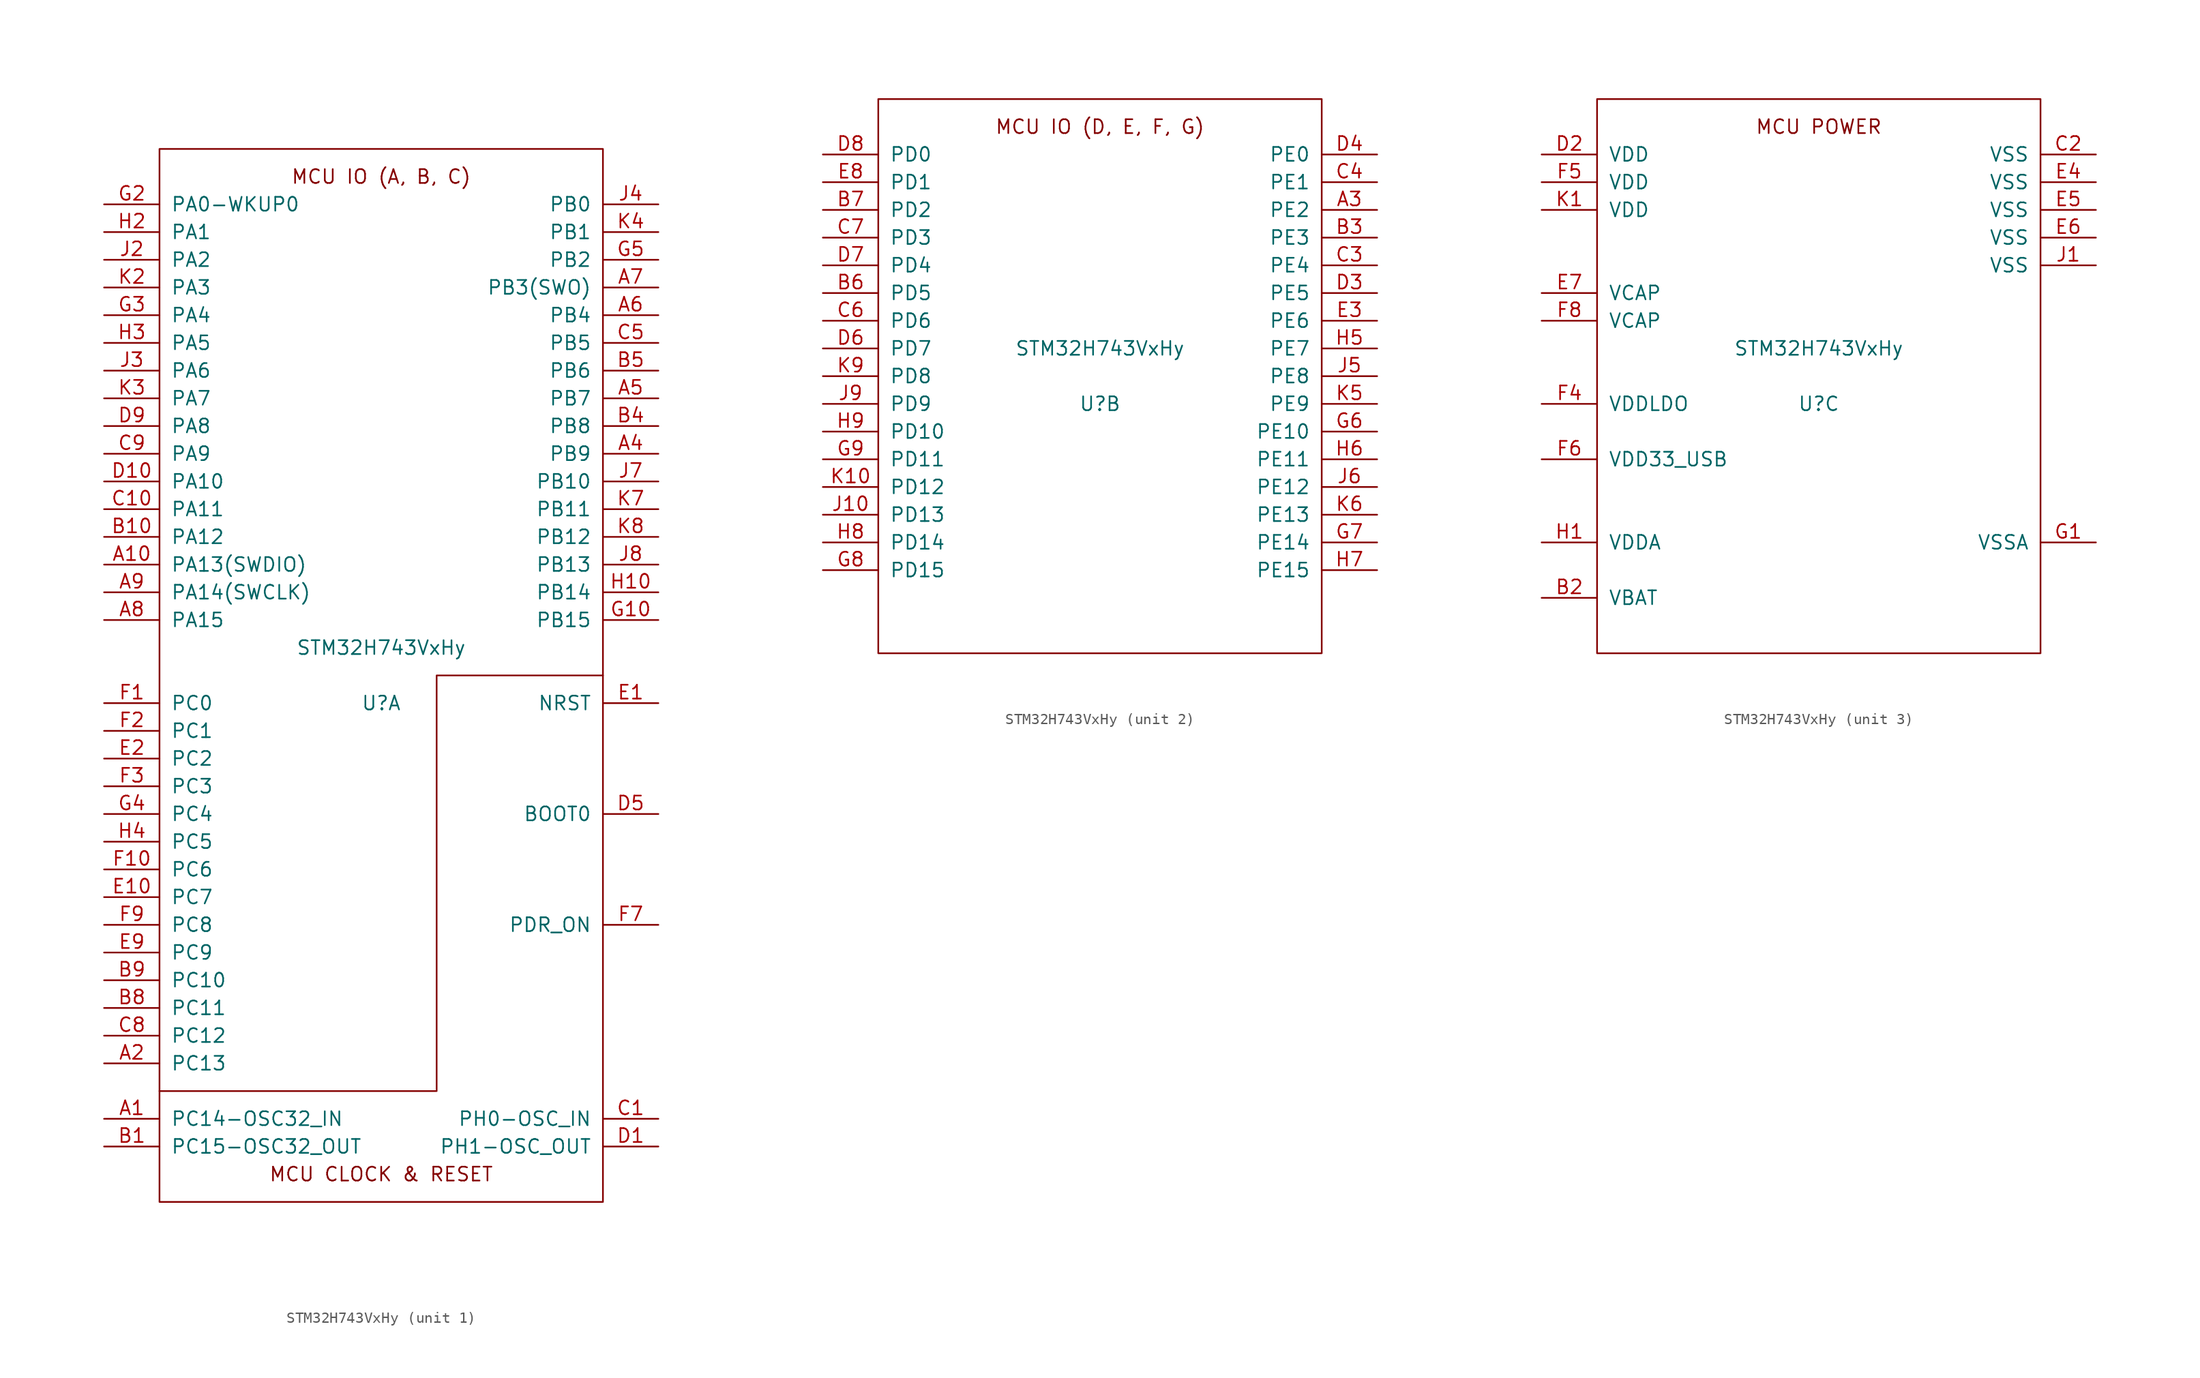
<source format=kicad_sym>
(kicad_symbol_lib
  (version 20220914)
  (generator kicad_symbol_editor)
  (symbol "STM32H743VxHy"
    (pin_names
      (offset 1.016))
    (property "Reference" "U"
      (at 0 -2.54 0)
      (effects (font (size 1.27 1.27))))
    (property "Value" "STM32H743VxHy"
      (at 0 2.54 0)
      (effects (font (size 1.27 1.27))))
    (property "ki_locked" ""
      (at 0 0 0)
      (effects (font (size 1.27 1.27))))
    (symbol "STM32H743VxHy_1_0"
      (polyline (pts (xy -20.32 -38.1) (xy 5.08 -38.1) (xy 5.08 -15.24) (xy 5.08 0) (xy 20.32 0)) (stroke (width 0) (type solid)) (fill (type none)))
      (text "MCU CLOCK & RESET" (at 0 -45.72 0) (effects (font (size 1.27 1.27))))
      (text "MCU IO (A, B, C)" (at 0 45.72 0) (effects (font (size 1.27 1.27)))))
    (symbol "STM32H743VxHy_1_1"
      (rectangle (start -20.32 48.26) (end 20.32 -48.26) (stroke (width 0) (type solid)) (fill (type none)))
      (pin bidirectional line (at -25.4 -40.64 0) (length 5.08) (name "PC14-OSC32_IN" (effects (font (size 1.27 1.27)))) (number "A1" (effects (font (size 1.27 1.27)))))
      (pin bidirectional line (at -25.4 10.16 0) (length 5.08) (name "PA13(SWDIO)" (effects (font (size 1.27 1.27)))) (number "A10" (effects (font (size 1.27 1.27)))))
      (pin bidirectional line (at -25.4 -35.56 0) (length 5.08) (name "PC13" (effects (font (size 1.27 1.27)))) (number "A2" (effects (font (size 1.27 1.27)))))
      (pin bidirectional line (at 25.4 20.32 180) (length 5.08) (name "PB9" (effects (font (size 1.27 1.27)))) (number "A4" (effects (font (size 1.27 1.27)))))
      (pin bidirectional line (at 25.4 25.4 180) (length 5.08) (name "PB7" (effects (font (size 1.27 1.27)))) (number "A5" (effects (font (size 1.27 1.27)))))
      (pin bidirectional line (at 25.4 33.02 180) (length 5.08) (name "PB4" (effects (font (size 1.27 1.27)))) (number "A6" (effects (font (size 1.27 1.27)))))
      (pin bidirectional line (at 25.4 35.56 180) (length 5.08) (name "PB3(SWO)" (effects (font (size 1.27 1.27)))) (number "A7" (effects (font (size 1.27 1.27)))))
      (pin bidirectional line (at -25.4 5.08 0) (length 5.08) (name "PA15" (effects (font (size 1.27 1.27)))) (number "A8" (effects (font (size 1.27 1.27)))))
      (pin bidirectional line (at -25.4 7.62 0) (length 5.08) (name "PA14(SWCLK)" (effects (font (size 1.27 1.27)))) (number "A9" (effects (font (size 1.27 1.27)))))
      (pin bidirectional line (at -25.4 -43.18 0) (length 5.08) (name "PC15-OSC32_OUT" (effects (font (size 1.27 1.27)))) (number "B1" (effects (font (size 1.27 1.27)))))
      (pin bidirectional line (at -25.4 12.7 0) (length 5.08) (name "PA12" (effects (font (size 1.27 1.27)))) (number "B10" (effects (font (size 1.27 1.27)))))
      (pin bidirectional line (at 25.4 22.86 180) (length 5.08) (name "PB8" (effects (font (size 1.27 1.27)))) (number "B4" (effects (font (size 1.27 1.27)))))
      (pin bidirectional line (at 25.4 27.94 180) (length 5.08) (name "PB6" (effects (font (size 1.27 1.27)))) (number "B5" (effects (font (size 1.27 1.27)))))
      (pin bidirectional line (at -25.4 -30.48 0) (length 5.08) (name "PC11" (effects (font (size 1.27 1.27)))) (number "B8" (effects (font (size 1.27 1.27)))))
      (pin bidirectional line (at -25.4 -27.94 0) (length 5.08) (name "PC10" (effects (font (size 1.27 1.27)))) (number "B9" (effects (font (size 1.27 1.27)))))
      (pin bidirectional line (at 25.4 -40.64 180) (length 5.08) (name "PH0-OSC_IN" (effects (font (size 1.27 1.27)))) (number "C1" (effects (font (size 1.27 1.27)))))
      (pin bidirectional line (at -25.4 15.24 0) (length 5.08) (name "PA11" (effects (font (size 1.27 1.27)))) (number "C10" (effects (font (size 1.27 1.27)))))
      (pin bidirectional line (at 25.4 30.48 180) (length 5.08) (name "PB5" (effects (font (size 1.27 1.27)))) (number "C5" (effects (font (size 1.27 1.27)))))
      (pin bidirectional line (at -25.4 -33.02 0) (length 5.08) (name "PC12" (effects (font (size 1.27 1.27)))) (number "C8" (effects (font (size 1.27 1.27)))))
      (pin bidirectional line (at -25.4 20.32 0) (length 5.08) (name "PA9" (effects (font (size 1.27 1.27)))) (number "C9" (effects (font (size 1.27 1.27)))))
      (pin bidirectional line (at 25.4 -43.18 180) (length 5.08) (name "PH1-OSC_OUT" (effects (font (size 1.27 1.27)))) (number "D1" (effects (font (size 1.27 1.27)))))
      (pin bidirectional line (at -25.4 17.78 0) (length 5.08) (name "PA10" (effects (font (size 1.27 1.27)))) (number "D10" (effects (font (size 1.27 1.27)))))
      (pin input line (at 25.4 -12.7 180) (length 5.08) (name "BOOT0" (effects (font (size 1.27 1.27)))) (number "D5" (effects (font (size 1.27 1.27)))))
      (pin bidirectional line (at -25.4 22.86 0) (length 5.08) (name "PA8" (effects (font (size 1.27 1.27)))) (number "D9" (effects (font (size 1.27 1.27)))))
      (pin input line (at 25.4 -2.54 180) (length 5.08) (name "NRST" (effects (font (size 1.27 1.27)))) (number "E1" (effects (font (size 1.27 1.27)))))
      (pin bidirectional line (at -25.4 -20.32 0) (length 5.08) (name "PC7" (effects (font (size 1.27 1.27)))) (number "E10" (effects (font (size 1.27 1.27)))))
      (pin bidirectional line (at -25.4 -7.62 0) (length 5.08) (name "PC2" (effects (font (size 1.27 1.27)))) (number "E2" (effects (font (size 1.27 1.27)))))
      (pin bidirectional line (at -25.4 -25.4 0) (length 5.08) (name "PC9" (effects (font (size 1.27 1.27)))) (number "E9" (effects (font (size 1.27 1.27)))))
      (pin bidirectional line (at -25.4 -2.54 0) (length 5.08) (name "PC0" (effects (font (size 1.27 1.27)))) (number "F1" (effects (font (size 1.27 1.27)))))
      (pin bidirectional line (at -25.4 -17.78 0) (length 5.08) (name "PC6" (effects (font (size 1.27 1.27)))) (number "F10" (effects (font (size 1.27 1.27)))))
      (pin bidirectional line (at -25.4 -5.08 0) (length 5.08) (name "PC1" (effects (font (size 1.27 1.27)))) (number "F2" (effects (font (size 1.27 1.27)))))
      (pin bidirectional line (at -25.4 -10.16 0) (length 5.08) (name "PC3" (effects (font (size 1.27 1.27)))) (number "F3" (effects (font (size 1.27 1.27)))))
      (pin input line (at 25.4 -22.86 180) (length 5.08) (name "PDR_ON" (effects (font (size 1.27 1.27)))) (number "F7" (effects (font (size 1.27 1.27)))))
      (pin bidirectional line (at -25.4 -22.86 0) (length 5.08) (name "PC8" (effects (font (size 1.27 1.27)))) (number "F9" (effects (font (size 1.27 1.27)))))
      (pin bidirectional line (at 25.4 5.08 180) (length 5.08) (name "PB15" (effects (font (size 1.27 1.27)))) (number "G10" (effects (font (size 1.27 1.27)))))
      (pin bidirectional line (at -25.4 43.18 0) (length 5.08) (name "PA0-WKUP0" (effects (font (size 1.27 1.27)))) (number "G2" (effects (font (size 1.27 1.27)))))
      (pin bidirectional line (at -25.4 33.02 0) (length 5.08) (name "PA4" (effects (font (size 1.27 1.27)))) (number "G3" (effects (font (size 1.27 1.27)))))
      (pin bidirectional line (at -25.4 -12.7 0) (length 5.08) (name "PC4" (effects (font (size 1.27 1.27)))) (number "G4" (effects (font (size 1.27 1.27)))))
      (pin bidirectional line (at 25.4 38.1 180) (length 5.08) (name "PB2" (effects (font (size 1.27 1.27)))) (number "G5" (effects (font (size 1.27 1.27)))))
      (pin bidirectional line (at 25.4 7.62 180) (length 5.08) (name "PB14" (effects (font (size 1.27 1.27)))) (number "H10" (effects (font (size 1.27 1.27)))))
      (pin bidirectional line (at -25.4 40.64 0) (length 5.08) (name "PA1" (effects (font (size 1.27 1.27)))) (number "H2" (effects (font (size 1.27 1.27)))))
      (pin bidirectional line (at -25.4 30.48 0) (length 5.08) (name "PA5" (effects (font (size 1.27 1.27)))) (number "H3" (effects (font (size 1.27 1.27)))))
      (pin bidirectional line (at -25.4 -15.24 0) (length 5.08) (name "PC5" (effects (font (size 1.27 1.27)))) (number "H4" (effects (font (size 1.27 1.27)))))
      (pin bidirectional line (at -25.4 38.1 0) (length 5.08) (name "PA2" (effects (font (size 1.27 1.27)))) (number "J2" (effects (font (size 1.27 1.27)))))
      (pin bidirectional line (at -25.4 27.94 0) (length 5.08) (name "PA6" (effects (font (size 1.27 1.27)))) (number "J3" (effects (font (size 1.27 1.27)))))
      (pin bidirectional line (at 25.4 43.18 180) (length 5.08) (name "PB0" (effects (font (size 1.27 1.27)))) (number "J4" (effects (font (size 1.27 1.27)))))
      (pin bidirectional line (at 25.4 17.78 180) (length 5.08) (name "PB10" (effects (font (size 1.27 1.27)))) (number "J7" (effects (font (size 1.27 1.27)))))
      (pin bidirectional line (at 25.4 10.16 180) (length 5.08) (name "PB13" (effects (font (size 1.27 1.27)))) (number "J8" (effects (font (size 1.27 1.27)))))
      (pin bidirectional line (at -25.4 35.56 0) (length 5.08) (name "PA3" (effects (font (size 1.27 1.27)))) (number "K2" (effects (font (size 1.27 1.27)))))
      (pin bidirectional line (at -25.4 25.4 0) (length 5.08) (name "PA7" (effects (font (size 1.27 1.27)))) (number "K3" (effects (font (size 1.27 1.27)))))
      (pin bidirectional line (at 25.4 40.64 180) (length 5.08) (name "PB1" (effects (font (size 1.27 1.27)))) (number "K4" (effects (font (size 1.27 1.27)))))
      (pin bidirectional line (at 25.4 15.24 180) (length 5.08) (name "PB11" (effects (font (size 1.27 1.27)))) (number "K7" (effects (font (size 1.27 1.27)))))
      (pin bidirectional line (at 25.4 12.7 180) (length 5.08) (name "PB12" (effects (font (size 1.27 1.27)))) (number "K8" (effects (font (size 1.27 1.27))))))
    (symbol "STM32H743VxHy_2_0"
      (text "MCU IO (D, E, F, G)" (at 0 22.86 0) (effects (font (size 1.27 1.27)))))
    (symbol "STM32H743VxHy_2_1"
      (rectangle (start -20.32 25.4) (end 20.32 -25.4) (stroke (width 0) (type solid)) (fill (type none)))
      (pin bidirectional line (at 25.4 15.24 180) (length 5.08) (name "PE2" (effects (font (size 1.27 1.27)))) (number "A3" (effects (font (size 1.27 1.27)))))
      (pin bidirectional line (at 25.4 12.7 180) (length 5.08) (name "PE3" (effects (font (size 1.27 1.27)))) (number "B3" (effects (font (size 1.27 1.27)))))
      (pin bidirectional line (at -25.4 7.62 0) (length 5.08) (name "PD5" (effects (font (size 1.27 1.27)))) (number "B6" (effects (font (size 1.27 1.27)))))
      (pin bidirectional line (at -25.4 15.24 0) (length 5.08) (name "PD2" (effects (font (size 1.27 1.27)))) (number "B7" (effects (font (size 1.27 1.27)))))
      (pin bidirectional line (at 25.4 10.16 180) (length 5.08) (name "PE4" (effects (font (size 1.27 1.27)))) (number "C3" (effects (font (size 1.27 1.27)))))
      (pin bidirectional line (at 25.4 17.78 180) (length 5.08) (name "PE1" (effects (font (size 1.27 1.27)))) (number "C4" (effects (font (size 1.27 1.27)))))
      (pin bidirectional line (at -25.4 5.08 0) (length 5.08) (name "PD6" (effects (font (size 1.27 1.27)))) (number "C6" (effects (font (size 1.27 1.27)))))
      (pin bidirectional line (at -25.4 12.7 0) (length 5.08) (name "PD3" (effects (font (size 1.27 1.27)))) (number "C7" (effects (font (size 1.27 1.27)))))
      (pin bidirectional line (at 25.4 7.62 180) (length 5.08) (name "PE5" (effects (font (size 1.27 1.27)))) (number "D3" (effects (font (size 1.27 1.27)))))
      (pin bidirectional line (at 25.4 20.32 180) (length 5.08) (name "PE0" (effects (font (size 1.27 1.27)))) (number "D4" (effects (font (size 1.27 1.27)))))
      (pin bidirectional line (at -25.4 2.54 0) (length 5.08) (name "PD7" (effects (font (size 1.27 1.27)))) (number "D6" (effects (font (size 1.27 1.27)))))
      (pin bidirectional line (at -25.4 10.16 0) (length 5.08) (name "PD4" (effects (font (size 1.27 1.27)))) (number "D7" (effects (font (size 1.27 1.27)))))
      (pin bidirectional line (at -25.4 20.32 0) (length 5.08) (name "PD0" (effects (font (size 1.27 1.27)))) (number "D8" (effects (font (size 1.27 1.27)))))
      (pin bidirectional line (at 25.4 5.08 180) (length 5.08) (name "PE6" (effects (font (size 1.27 1.27)))) (number "E3" (effects (font (size 1.27 1.27)))))
      (pin bidirectional line (at -25.4 17.78 0) (length 5.08) (name "PD1" (effects (font (size 1.27 1.27)))) (number "E8" (effects (font (size 1.27 1.27)))))
      (pin bidirectional line (at 25.4 -5.08 180) (length 5.08) (name "PE10" (effects (font (size 1.27 1.27)))) (number "G6" (effects (font (size 1.27 1.27)))))
      (pin bidirectional line (at 25.4 -15.24 180) (length 5.08) (name "PE14" (effects (font (size 1.27 1.27)))) (number "G7" (effects (font (size 1.27 1.27)))))
      (pin bidirectional line (at -25.4 -17.78 0) (length 5.08) (name "PD15" (effects (font (size 1.27 1.27)))) (number "G8" (effects (font (size 1.27 1.27)))))
      (pin bidirectional line (at -25.4 -7.62 0) (length 5.08) (name "PD11" (effects (font (size 1.27 1.27)))) (number "G9" (effects (font (size 1.27 1.27)))))
      (pin bidirectional line (at 25.4 2.54 180) (length 5.08) (name "PE7" (effects (font (size 1.27 1.27)))) (number "H5" (effects (font (size 1.27 1.27)))))
      (pin bidirectional line (at 25.4 -7.62 180) (length 5.08) (name "PE11" (effects (font (size 1.27 1.27)))) (number "H6" (effects (font (size 1.27 1.27)))))
      (pin bidirectional line (at 25.4 -17.78 180) (length 5.08) (name "PE15" (effects (font (size 1.27 1.27)))) (number "H7" (effects (font (size 1.27 1.27)))))
      (pin bidirectional line (at -25.4 -15.24 0) (length 5.08) (name "PD14" (effects (font (size 1.27 1.27)))) (number "H8" (effects (font (size 1.27 1.27)))))
      (pin bidirectional line (at -25.4 -5.08 0) (length 5.08) (name "PD10" (effects (font (size 1.27 1.27)))) (number "H9" (effects (font (size 1.27 1.27)))))
      (pin bidirectional line (at -25.4 -12.7 0) (length 5.08) (name "PD13" (effects (font (size 1.27 1.27)))) (number "J10" (effects (font (size 1.27 1.27)))))
      (pin bidirectional line (at 25.4 0 180) (length 5.08) (name "PE8" (effects (font (size 1.27 1.27)))) (number "J5" (effects (font (size 1.27 1.27)))))
      (pin bidirectional line (at 25.4 -10.16 180) (length 5.08) (name "PE12" (effects (font (size 1.27 1.27)))) (number "J6" (effects (font (size 1.27 1.27)))))
      (pin bidirectional line (at -25.4 -2.54 0) (length 5.08) (name "PD9" (effects (font (size 1.27 1.27)))) (number "J9" (effects (font (size 1.27 1.27)))))
      (pin bidirectional line (at -25.4 -10.16 0) (length 5.08) (name "PD12" (effects (font (size 1.27 1.27)))) (number "K10" (effects (font (size 1.27 1.27)))))
      (pin bidirectional line (at 25.4 -2.54 180) (length 5.08) (name "PE9" (effects (font (size 1.27 1.27)))) (number "K5" (effects (font (size 1.27 1.27)))))
      (pin bidirectional line (at 25.4 -12.7 180) (length 5.08) (name "PE13" (effects (font (size 1.27 1.27)))) (number "K6" (effects (font (size 1.27 1.27)))))
      (pin bidirectional line (at -25.4 0 0) (length 5.08) (name "PD8" (effects (font (size 1.27 1.27)))) (number "K9" (effects (font (size 1.27 1.27))))))
    (symbol "STM32H743VxHy_3_0"
      (text "MCU POWER" (at 0 22.86 0) (effects (font (size 1.27 1.27)))))
    (symbol "STM32H743VxHy_3_1"
      (rectangle (start -20.32 25.4) (end 20.32 -25.4) (stroke (width 0) (type solid)) (fill (type none)))
      (pin power_in line (at -25.4 -20.32 0) (length 5.08) (name "VBAT" (effects (font (size 1.27 1.27)))) (number "B2" (effects (font (size 1.27 1.27)))))
      (pin power_in line (at 25.4 20.32 180) (length 5.08) (name "VSS" (effects (font (size 1.27 1.27)))) (number "C2" (effects (font (size 1.27 1.27)))))
      (pin power_in line (at -25.4 20.32 0) (length 5.08) (name "VDD" (effects (font (size 1.27 1.27)))) (number "D2" (effects (font (size 1.27 1.27)))))
      (pin power_in line (at 25.4 17.78 180) (length 5.08) (name "VSS" (effects (font (size 1.27 1.27)))) (number "E4" (effects (font (size 1.27 1.27)))))
      (pin power_in line (at 25.4 15.24 180) (length 5.08) (name "VSS" (effects (font (size 1.27 1.27)))) (number "E5" (effects (font (size 1.27 1.27)))))
      (pin power_in line (at 25.4 12.7 180) (length 5.08) (name "VSS" (effects (font (size 1.27 1.27)))) (number "E6" (effects (font (size 1.27 1.27)))))
      (pin power_in line (at -25.4 7.62 0) (length 5.08) (name "VCAP" (effects (font (size 1.27 1.27)))) (number "E7" (effects (font (size 1.27 1.27)))))
      (pin power_in line (at -25.4 -2.54 0) (length 5.08) (name "VDDLDO" (effects (font (size 1.27 1.27)))) (number "F4" (effects (font (size 1.27 1.27)))))
      (pin power_in line (at -25.4 17.78 0) (length 5.08) (name "VDD" (effects (font (size 1.27 1.27)))) (number "F5" (effects (font (size 1.27 1.27)))))
      (pin power_in line (at -25.4 -7.62 0) (length 5.08) (name "VDD33_USB" (effects (font (size 1.27 1.27)))) (number "F6" (effects (font (size 1.27 1.27)))))
      (pin power_in line (at -25.4 5.08 0) (length 5.08) (name "VCAP" (effects (font (size 1.27 1.27)))) (number "F8" (effects (font (size 1.27 1.27)))))
      (pin power_in line (at 25.4 -15.24 180) (length 5.08) (name "VSSA" (effects (font (size 1.27 1.27)))) (number "G1" (effects (font (size 1.27 1.27)))))
      (pin power_in line (at -25.4 -15.24 0) (length 5.08) (name "VDDA" (effects (font (size 1.27 1.27)))) (number "H1" (effects (font (size 1.27 1.27)))))
      (pin power_in line (at 25.4 10.16 180) (length 5.08) (name "VSS" (effects (font (size 1.27 1.27)))) (number "J1" (effects (font (size 1.27 1.27)))))
      (pin power_in line (at -25.4 15.24 0) (length 5.08) (name "VDD" (effects (font (size 1.27 1.27)))) (number "K1" (effects (font (size 1.27 1.27))))))))
</source>
